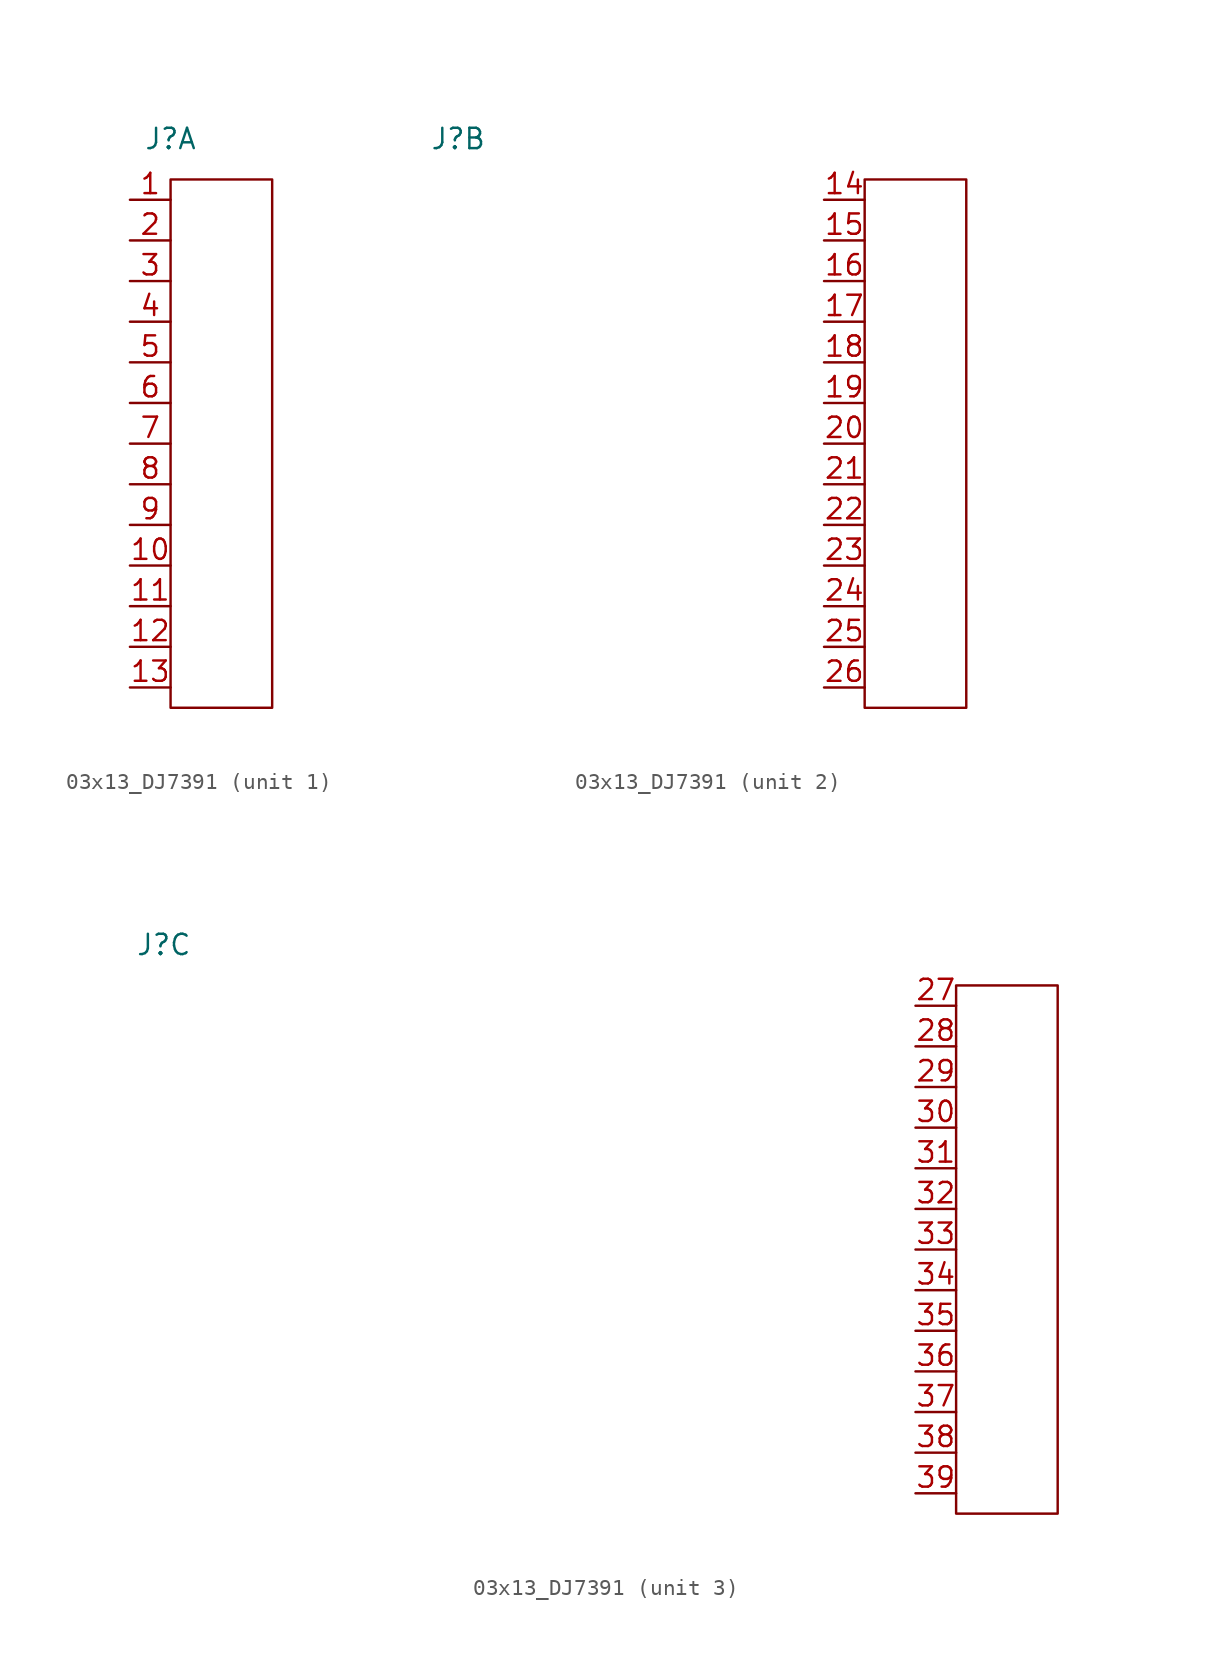
<source format=kicad_sym>
(kicad_symbol_lib
  (version 20220914)
  (generator kicad_symbol_editor)
  (symbol "03x13_DJ7391"
    (property "Reference" "J"
      (at 0 0 0)
      (effects (font (size 1.27 1.27))))
    (property "Value" ""
      (at 0 0 0)
      (effects (font (size 1.27 1.27))))
    (property "ki_locked" ""
      (at 0 0 0)
      (effects (font (size 1.27 1.27))))
    (symbol "03x13_DJ7391_1_1"
      (rectangle (start 0 -2.54) (end 6.35 -35.56) (stroke (width 0) (type default)) (fill (type none)))
      (pin input line (at -2.54 -3.81 0) (length 2.54) (name "" (effects (font (size 1.27 1.27)))) (number "1" (effects (font (size 1.27 1.27)))))
      (pin input line (at -2.54 -26.67 0) (length 2.54) (name "" (effects (font (size 1.27 1.27)))) (number "10" (effects (font (size 1.27 1.27)))))
      (pin input line (at -2.54 -29.21 0) (length 2.54) (name "" (effects (font (size 1.27 1.27)))) (number "11" (effects (font (size 1.27 1.27)))))
      (pin input line (at -2.54 -31.75 0) (length 2.54) (name "" (effects (font (size 1.27 1.27)))) (number "12" (effects (font (size 1.27 1.27)))))
      (pin input line (at -2.54 -34.29 0) (length 2.54) (name "" (effects (font (size 1.27 1.27)))) (number "13" (effects (font (size 1.27 1.27)))))
      (pin input line (at -2.54 -6.35 0) (length 2.54) (name "" (effects (font (size 1.27 1.27)))) (number "2" (effects (font (size 1.27 1.27)))))
      (pin input line (at -2.54 -8.89 0) (length 2.54) (name "" (effects (font (size 1.27 1.27)))) (number "3" (effects (font (size 1.27 1.27)))))
      (pin input line (at -2.54 -11.43 0) (length 2.54) (name "" (effects (font (size 1.27 1.27)))) (number "4" (effects (font (size 1.27 1.27)))))
      (pin input line (at -2.54 -13.97 0) (length 2.54) (name "" (effects (font (size 1.27 1.27)))) (number "5" (effects (font (size 1.27 1.27)))))
      (pin input line (at -2.54 -16.51 0) (length 2.54) (name "" (effects (font (size 1.27 1.27)))) (number "6" (effects (font (size 1.27 1.27)))))
      (pin input line (at -2.54 -19.05 0) (length 2.54) (name "" (effects (font (size 1.27 1.27)))) (number "7" (effects (font (size 1.27 1.27)))))
      (pin input line (at -2.54 -21.59 0) (length 2.54) (name "" (effects (font (size 1.27 1.27)))) (number "8" (effects (font (size 1.27 1.27)))))
      (pin input line (at -2.54 -24.13 0) (length 2.54) (name "" (effects (font (size 1.27 1.27)))) (number "9" (effects (font (size 1.27 1.27))))))
    (symbol "03x13_DJ7391_2_1"
      (rectangle (start 25.4 -2.54) (end 31.75 -35.56) (stroke (width 0) (type default)) (fill (type none)))
      (pin input line (at 22.86 -3.81 0) (length 2.54) (name "" (effects (font (size 1.27 1.27)))) (number "14" (effects (font (size 1.27 1.27)))))
      (pin input line (at 22.86 -6.35 0) (length 2.54) (name "" (effects (font (size 1.27 1.27)))) (number "15" (effects (font (size 1.27 1.27)))))
      (pin input line (at 22.86 -8.89 0) (length 2.54) (name "" (effects (font (size 1.27 1.27)))) (number "16" (effects (font (size 1.27 1.27)))))
      (pin input line (at 22.86 -11.43 0) (length 2.54) (name "" (effects (font (size 1.27 1.27)))) (number "17" (effects (font (size 1.27 1.27)))))
      (pin input line (at 22.86 -13.97 0) (length 2.54) (name "" (effects (font (size 1.27 1.27)))) (number "18" (effects (font (size 1.27 1.27)))))
      (pin input line (at 22.86 -16.51 0) (length 2.54) (name "" (effects (font (size 1.27 1.27)))) (number "19" (effects (font (size 1.27 1.27)))))
      (pin input line (at 22.86 -19.05 0) (length 2.54) (name "" (effects (font (size 1.27 1.27)))) (number "20" (effects (font (size 1.27 1.27)))))
      (pin input line (at 22.86 -21.59 0) (length 2.54) (name "" (effects (font (size 1.27 1.27)))) (number "21" (effects (font (size 1.27 1.27)))))
      (pin input line (at 22.86 -24.13 0) (length 2.54) (name "" (effects (font (size 1.27 1.27)))) (number "22" (effects (font (size 1.27 1.27)))))
      (pin input line (at 22.86 -26.67 0) (length 2.54) (name "" (effects (font (size 1.27 1.27)))) (number "23" (effects (font (size 1.27 1.27)))))
      (pin input line (at 22.86 -29.21 0) (length 2.54) (name "" (effects (font (size 1.27 1.27)))) (number "24" (effects (font (size 1.27 1.27)))))
      (pin input line (at 22.86 -31.75 0) (length 2.54) (name "" (effects (font (size 1.27 1.27)))) (number "25" (effects (font (size 1.27 1.27)))))
      (pin input line (at 22.86 -34.29 0) (length 2.54) (name "" (effects (font (size 1.27 1.27)))) (number "26" (effects (font (size 1.27 1.27))))))
    (symbol "03x13_DJ7391_3_1"
      (rectangle (start 49.53 -2.54) (end 55.88 -35.56) (stroke (width 0) (type default)) (fill (type none)))
      (pin input line (at 46.99 -3.81 0) (length 2.54) (name "" (effects (font (size 1.27 1.27)))) (number "27" (effects (font (size 1.27 1.27)))))
      (pin input line (at 46.99 -6.35 0) (length 2.54) (name "" (effects (font (size 1.27 1.27)))) (number "28" (effects (font (size 1.27 1.27)))))
      (pin input line (at 46.99 -8.89 0) (length 2.54) (name "" (effects (font (size 1.27 1.27)))) (number "29" (effects (font (size 1.27 1.27)))))
      (pin input line (at 46.99 -11.43 0) (length 2.54) (name "" (effects (font (size 1.27 1.27)))) (number "30" (effects (font (size 1.27 1.27)))))
      (pin input line (at 46.99 -13.97 0) (length 2.54) (name "" (effects (font (size 1.27 1.27)))) (number "31" (effects (font (size 1.27 1.27)))))
      (pin input line (at 46.99 -16.51 0) (length 2.54) (name "" (effects (font (size 1.27 1.27)))) (number "32" (effects (font (size 1.27 1.27)))))
      (pin input line (at 46.99 -19.05 0) (length 2.54) (name "" (effects (font (size 1.27 1.27)))) (number "33" (effects (font (size 1.27 1.27)))))
      (pin input line (at 46.99 -21.59 0) (length 2.54) (name "" (effects (font (size 1.27 1.27)))) (number "34" (effects (font (size 1.27 1.27)))))
      (pin input line (at 46.99 -24.13 0) (length 2.54) (name "" (effects (font (size 1.27 1.27)))) (number "35" (effects (font (size 1.27 1.27)))))
      (pin input line (at 46.99 -26.67 0) (length 2.54) (name "" (effects (font (size 1.27 1.27)))) (number "36" (effects (font (size 1.27 1.27)))))
      (pin input line (at 46.99 -29.21 0) (length 2.54) (name "" (effects (font (size 1.27 1.27)))) (number "37" (effects (font (size 1.27 1.27)))))
      (pin input line (at 46.99 -31.75 0) (length 2.54) (name "" (effects (font (size 1.27 1.27)))) (number "38" (effects (font (size 1.27 1.27)))))
      (pin input line (at 46.99 -34.29 0) (length 2.54) (name "" (effects (font (size 1.27 1.27)))) (number "39" (effects (font (size 1.27 1.27))))))))
</source>
